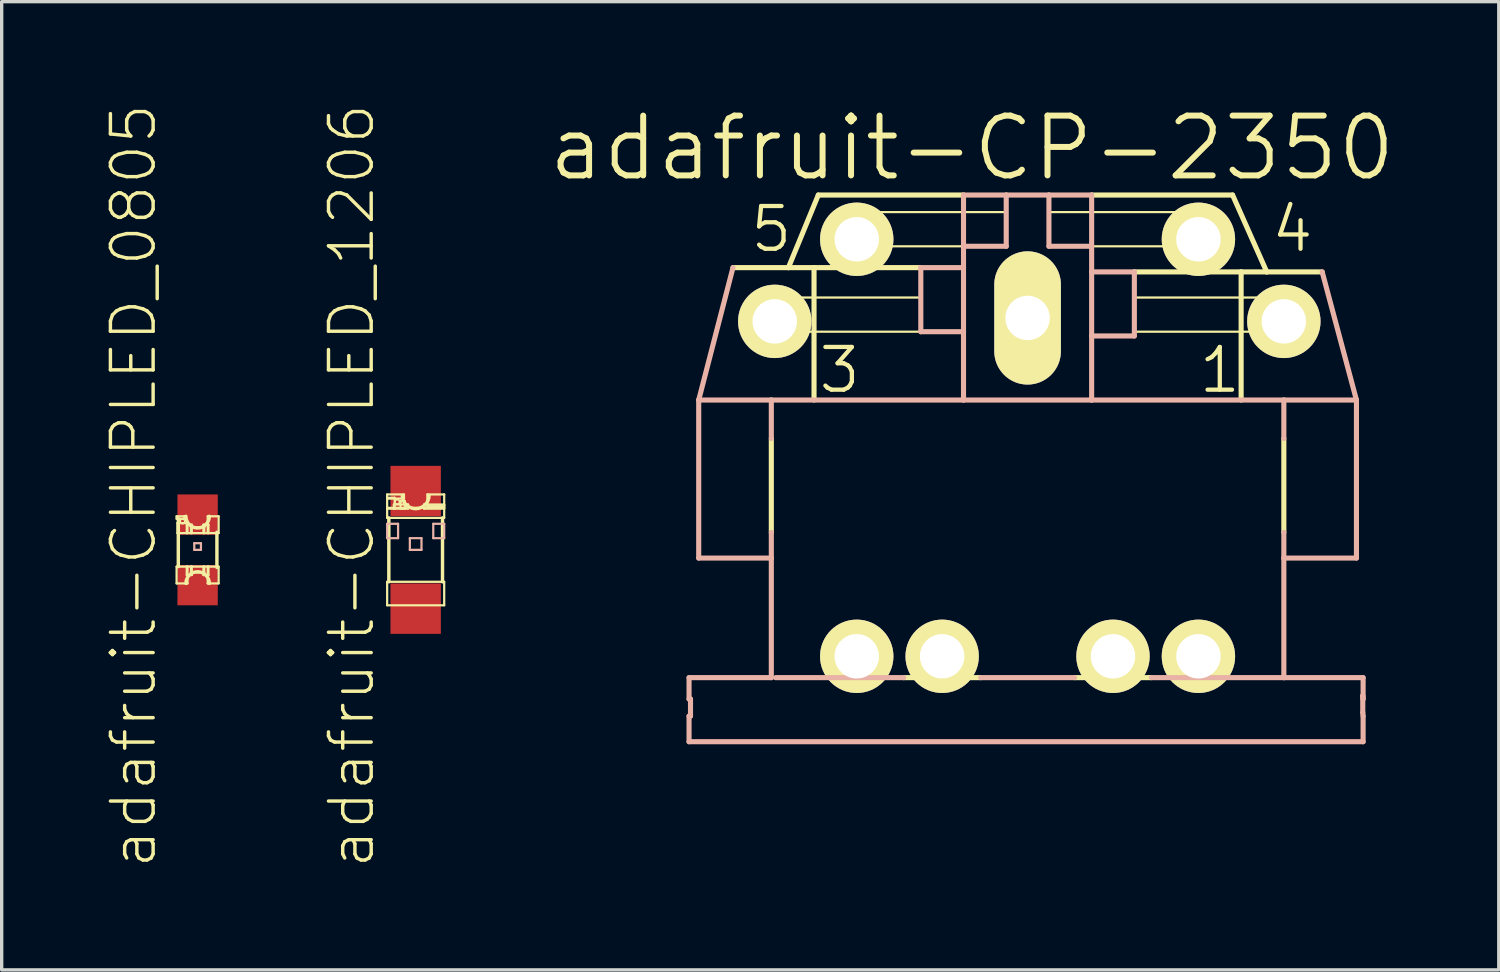
<source format=kicad_pcb>
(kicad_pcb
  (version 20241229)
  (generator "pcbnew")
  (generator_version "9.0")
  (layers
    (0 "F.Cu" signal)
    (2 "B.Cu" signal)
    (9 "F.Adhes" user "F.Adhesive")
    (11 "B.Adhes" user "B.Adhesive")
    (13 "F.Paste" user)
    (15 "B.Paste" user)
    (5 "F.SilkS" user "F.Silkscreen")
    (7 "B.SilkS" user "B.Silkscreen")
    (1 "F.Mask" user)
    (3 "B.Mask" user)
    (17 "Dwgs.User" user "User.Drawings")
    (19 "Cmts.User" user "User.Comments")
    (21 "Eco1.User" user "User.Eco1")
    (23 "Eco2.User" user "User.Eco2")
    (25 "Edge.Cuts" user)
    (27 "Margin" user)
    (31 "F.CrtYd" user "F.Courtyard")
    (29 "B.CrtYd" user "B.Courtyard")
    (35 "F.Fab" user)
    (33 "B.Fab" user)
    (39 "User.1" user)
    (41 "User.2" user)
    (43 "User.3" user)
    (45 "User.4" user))
  (footprint "adafruit-CHIPLED_0805"
    (layer "F.Cu")
    (at 2.826 13.3)
    (property "Reference" "adafruit-CHIPLED_0805" (at -1.905 -1.905 90) (layer "F.SilkS") (effects (font (size 1.27 1.27) (thickness 0.102))))
    (attr smd)
    (fp_line (start -0.625 -0.998) (end -0.399 -0.998) (stroke (width 0.066) (type solid)) (layer "F.SilkS"))
    (fp_line (start -0.625 -0.925) (end -0.625 -0.998) (stroke (width 0.066) (type solid)) (layer "F.SilkS"))
    (fp_line (start -0.625 -0.925) (end -0.399 -0.925) (stroke (width 0.066) (type solid)) (layer "F.SilkS"))
    (fp_line (start -0.625 0.498) (end -0.3 0.498) (stroke (width 0.066) (type solid)) (layer "F.SilkS"))
    (fp_line (start -0.625 0.998) (end -0.625 0.498) (stroke (width 0.066) (type solid)) (layer "F.SilkS"))
    (fp_line (start -0.625 0.998) (end -0.3 0.998) (stroke (width 0.066) (type solid)) (layer "F.SilkS"))
    (fp_line (start -0.599 -0.798) (end -0.3 -0.798) (stroke (width 0.066) (type solid)) (layer "F.SilkS"))
    (fp_line (start -0.599 -0.498) (end -0.599 -0.798) (stroke (width 0.066) (type solid)) (layer "F.SilkS"))
    (fp_line (start -0.599 -0.498) (end -0.3 -0.498) (stroke (width 0.066) (type solid)) (layer "F.SilkS"))
    (fp_line (start -0.574 0.498) (end -0.574 -0.925) (stroke (width 0.102) (type solid)) (layer "F.SilkS"))
    (fp_line (start -0.399 -0.925) (end -0.399 -0.998) (stroke (width 0.066) (type solid)) (layer "F.SilkS"))
    (fp_line (start -0.323 -0.749) (end -0.173 -0.749) (stroke (width 0.066) (type solid)) (layer "F.SilkS"))
    (fp_line (start -0.323 -0.498) (end -0.323 -0.749) (stroke (width 0.066) (type solid)) (layer "F.SilkS"))
    (fp_line (start -0.323 -0.498) (end -0.173 -0.498) (stroke (width 0.066) (type solid)) (layer "F.SilkS"))
    (fp_line (start -0.323 0.498) (end -0.173 0.498) (stroke (width 0.066) (type solid)) (layer "F.SilkS"))
    (fp_line (start -0.323 0.749) (end -0.323 0.498) (stroke (width 0.066) (type solid)) (layer "F.SilkS"))
    (fp_line (start -0.323 0.749) (end -0.173 0.749) (stroke (width 0.066) (type solid)) (layer "F.SilkS"))
    (fp_line (start -0.3 -0.498) (end -0.3 -0.798) (stroke (width 0.066) (type solid)) (layer "F.SilkS"))
    (fp_line (start -0.3 0.998) (end -0.3 0.498) (stroke (width 0.066) (type solid)) (layer "F.SilkS"))
    (fp_line (start -0.198 -0.673) (end 0.198 -0.673) (stroke (width 0.066) (type solid)) (layer "F.SilkS"))
    (fp_line (start -0.198 -0.498) (end -0.198 -0.673) (stroke (width 0.066) (type solid)) (layer "F.SilkS"))
    (fp_line (start -0.198 -0.498) (end 0.198 -0.498) (stroke (width 0.066) (type solid)) (layer "F.SilkS"))
    (fp_line (start -0.198 0.498) (end 0.198 0.498) (stroke (width 0.066) (type solid)) (layer "F.SilkS"))
    (fp_line (start -0.198 0.673) (end -0.198 0.498) (stroke (width 0.066) (type solid)) (layer "F.SilkS"))
    (fp_line (start -0.198 0.673) (end 0.198 0.673) (stroke (width 0.066) (type solid)) (layer "F.SilkS"))
    (fp_line (start -0.173 -0.498) (end -0.173 -0.749) (stroke (width 0.066) (type solid)) (layer "F.SilkS"))
    (fp_line (start -0.173 0.749) (end -0.173 0.498) (stroke (width 0.066) (type solid)) (layer "F.SilkS"))
    (fp_line (start 0.173 -0.749) (end 0.323 -0.749) (stroke (width 0.066) (type solid)) (layer "F.SilkS"))
    (fp_line (start 0.173 -0.498) (end 0.173 -0.749) (stroke (width 0.066) (type solid)) (layer "F.SilkS"))
    (fp_line (start 0.173 -0.498) (end 0.323 -0.498) (stroke (width 0.066) (type solid)) (layer "F.SilkS"))
    (fp_line (start 0.173 0.498) (end 0.323 0.498) (stroke (width 0.066) (type solid)) (layer "F.SilkS"))
    (fp_line (start 0.173 0.749) (end 0.173 0.498) (stroke (width 0.066) (type solid)) (layer "F.SilkS"))
    (fp_line (start 0.173 0.749) (end 0.323 0.749) (stroke (width 0.066) (type solid)) (layer "F.SilkS"))
    (fp_line (start 0.198 -0.498) (end 0.198 -0.673) (stroke (width 0.066) (type solid)) (layer "F.SilkS"))
    (fp_line (start 0.198 0.673) (end 0.198 0.498) (stroke (width 0.066) (type solid)) (layer "F.SilkS"))
    (fp_line (start 0.3 -0.998) (end 0.625 -0.998) (stroke (width 0.066) (type solid)) (layer "F.SilkS"))
    (fp_line (start 0.3 -0.498) (end 0.3 -0.998) (stroke (width 0.066) (type solid)) (layer "F.SilkS"))
    (fp_line (start 0.3 -0.498) (end 0.625 -0.498) (stroke (width 0.066) (type solid)) (layer "F.SilkS"))
    (fp_line (start 0.3 0.498) (end 0.625 0.498) (stroke (width 0.066) (type solid)) (layer "F.SilkS"))
    (fp_line (start 0.3 0.998) (end 0.3 0.498) (stroke (width 0.066) (type solid)) (layer "F.SilkS"))
    (fp_line (start 0.3 0.998) (end 0.625 0.998) (stroke (width 0.066) (type solid)) (layer "F.SilkS"))
    (fp_line (start 0.323 -0.498) (end 0.323 -0.749) (stroke (width 0.066) (type solid)) (layer "F.SilkS"))
    (fp_line (start 0.323 0.749) (end 0.323 0.498) (stroke (width 0.066) (type solid)) (layer "F.SilkS"))
    (fp_line (start 0.574 -0.523) (end 0.574 0.523) (stroke (width 0.102) (type solid)) (layer "F.SilkS"))
    (fp_line (start 0.625 -0.498) (end 0.625 -0.998) (stroke (width 0.066) (type solid)) (layer "F.SilkS"))
    (fp_line (start 0.625 0.998) (end 0.625 0.498) (stroke (width 0.066) (type solid)) (layer "F.SilkS"))
    (fp_arc (start -0.34798 0.99822) (mid 0 0.65024) (end 0.34798 0.99822) (stroke (width 0.1016) (type solid)) (layer "F.SilkS"))
    (fp_arc (start 0.34798 -0.99822) (mid 0 -0.65024) (end -0.34798 -0.99822) (stroke (width 0.1016) (type solid)) (layer "F.SilkS"))
    (fp_circle (center -0.45 -0.848) (end -0.5 -0.899) (stroke (width 0.051) (type solid)) (fill no) (layer "F.SilkS"))
    (fp_line (start -0.099 -0.198) (end 0.099 -0.198) (stroke (width 0.066) (type solid)) (layer "B.SilkS"))
    (fp_line (start -0.099 0) (end -0.099 -0.198) (stroke (width 0.066) (type solid)) (layer "B.SilkS"))
    (fp_line (start -0.099 0) (end 0.099 0) (stroke (width 0.066) (type solid)) (layer "B.SilkS"))
    (fp_line (start 0.099 0) (end 0.099 -0.198) (stroke (width 0.066) (type solid)) (layer "B.SilkS"))
    (pad "A" smd rect (at 0 1.049) (size 1.199 1.199) (layers "F.Cu" "F.Mask" "F.Paste"))
    (pad "C" smd rect (at 0 -1.049) (size 1.199 1.199) (layers "F.Cu" "F.Mask" "F.Paste")))
  (footprint "adafruit-CP-2350"
    (layer "F.Cu")
    (at 27.505 19.084)
    (property "Reference" "adafruit-CP-2350" (at -1.651 -17.732 0) (layer "F.SilkS") (effects (font (size 1.778 1.778) (thickness 0.178))))
    (attr exclude_from_pos_files exclude_from_bom)
    (fp_line (start -8.76 -14.176) (end -7.112 -14.176) (stroke (width 0.152) (type solid)) (layer "F.SilkS"))
    (fp_line (start -8.001 -13.287) (end -3.175 -13.287) (stroke (width 0.066) (type solid)) (layer "F.SilkS"))
    (fp_line (start -8.001 -12.271) (end -8.001 -13.287) (stroke (width 0.066) (type solid)) (layer "F.SilkS"))
    (fp_line (start -8.001 -12.271) (end -3.175 -12.271) (stroke (width 0.066) (type solid)) (layer "F.SilkS"))
    (fp_line (start -7.62 -9.096) (end -7.62 -6.302) (stroke (width 0.152) (type solid)) (layer "F.SilkS"))
    (fp_line (start -7.112 -14.176) (end -6.223 -16.335) (stroke (width 0.152) (type solid)) (layer "F.SilkS"))
    (fp_line (start -6.35 -14.176) (end -7.112 -14.176) (stroke (width 0.152) (type solid)) (layer "F.SilkS"))
    (fp_line (start -6.35 -14.176) (end -6.35 -10.239) (stroke (width 0.152) (type solid)) (layer "F.SilkS"))
    (fp_line (start -5.461 -15.827) (end -0.635 -15.827) (stroke (width 0.066) (type solid)) (layer "F.SilkS"))
    (fp_line (start -5.461 -14.811) (end -5.461 -15.827) (stroke (width 0.066) (type solid)) (layer "F.SilkS"))
    (fp_line (start -5.461 -14.811) (end -0.635 -14.811) (stroke (width 0.066) (type solid)) (layer "F.SilkS"))
    (fp_line (start -3.175 -14.176) (end -6.35 -14.176) (stroke (width 0.152) (type solid)) (layer "F.SilkS"))
    (fp_line (start -3.175 -12.271) (end -3.175 -13.287) (stroke (width 0.066) (type solid)) (layer "F.SilkS"))
    (fp_line (start -1.905 -16.335) (end -6.223 -16.335) (stroke (width 0.152) (type solid)) (layer "F.SilkS"))
    (fp_line (start -1.397 -1.984) (end -3.683 -1.984) (stroke (width 0.152) (type solid)) (layer "F.SilkS"))
    (fp_line (start -0.635 -14.811) (end -0.635 -15.827) (stroke (width 0.066) (type solid)) (layer "F.SilkS"))
    (fp_line (start 0.635 -15.827) (end 5.461 -15.827) (stroke (width 0.066) (type solid)) (layer "F.SilkS"))
    (fp_line (start 0.635 -14.811) (end 0.635 -15.827) (stroke (width 0.066) (type solid)) (layer "F.SilkS"))
    (fp_line (start 0.635 -14.811) (end 5.461 -14.811) (stroke (width 0.066) (type solid)) (layer "F.SilkS"))
    (fp_line (start 3.175 -13.287) (end 8.001 -13.287) (stroke (width 0.066) (type solid)) (layer "F.SilkS"))
    (fp_line (start 3.175 -12.271) (end 3.175 -13.287) (stroke (width 0.066) (type solid)) (layer "F.SilkS"))
    (fp_line (start 3.175 -12.271) (end 8.001 -12.271) (stroke (width 0.066) (type solid)) (layer "F.SilkS"))
    (fp_line (start 3.683 -1.984) (end 1.397 -1.984) (stroke (width 0.152) (type solid)) (layer "F.SilkS"))
    (fp_line (start 5.461 -14.811) (end 5.461 -15.827) (stroke (width 0.066) (type solid)) (layer "F.SilkS"))
    (fp_line (start 6.096 -16.335) (end 1.905 -16.335) (stroke (width 0.152) (type solid)) (layer "F.SilkS"))
    (fp_line (start 6.096 -16.335) (end 7.112 -14.049) (stroke (width 0.152) (type solid)) (layer "F.SilkS"))
    (fp_line (start 6.35 -14.049) (end 3.175 -14.049) (stroke (width 0.152) (type solid)) (layer "F.SilkS"))
    (fp_line (start 6.35 -14.049) (end 6.35 -10.239) (stroke (width 0.152) (type solid)) (layer "F.SilkS"))
    (fp_line (start 7.112 -14.049) (end 6.35 -14.049) (stroke (width 0.152) (type solid)) (layer "F.SilkS"))
    (fp_line (start 7.62 -9.096) (end 7.62 -6.302) (stroke (width 0.152) (type solid)) (layer "F.SilkS"))
    (fp_line (start 8.001 -12.271) (end 8.001 -13.287) (stroke (width 0.066) (type solid)) (layer "F.SilkS"))
    (fp_line (start 8.76 -14.049) (end 7.112 -14.049) (stroke (width 0.152) (type solid)) (layer "F.SilkS"))
    (fp_line (start -10.066 -1.349) (end -10.066 -1.984) (stroke (width 0.152) (type solid)) (layer "B.SilkS"))
    (fp_line (start -10.066 -1.349) (end -10.023 -1.349) (stroke (width 0.152) (type solid)) (layer "B.SilkS"))
    (fp_line (start -10.066 -0.079) (end -10.066 -0.841) (stroke (width 0.152) (type solid)) (layer "B.SilkS"))
    (fp_line (start -10.066 -0.079) (end 9.977 -0.079) (stroke (width 0.152) (type solid)) (layer "B.SilkS"))
    (fp_line (start -10.023 -0.841) (end -10.066 -0.841) (stroke (width 0.152) (type solid)) (layer "B.SilkS"))
    (fp_line (start -10.023 -0.841) (end -10.023 -1.349) (stroke (width 0.152) (type solid)) (layer "B.SilkS"))
    (fp_line (start -9.779 -5.54) (end -9.779 -10.239) (stroke (width 0.152) (type solid)) (layer "B.SilkS"))
    (fp_line (start -9.779 -5.54) (end -7.62 -5.54) (stroke (width 0.152) (type solid)) (layer "B.SilkS"))
    (fp_line (start -8.76 -14.176) (end -9.779 -10.239) (stroke (width 0.152) (type solid)) (layer "B.SilkS"))
    (fp_line (start -7.62 -10.239) (end -9.779 -10.239) (stroke (width 0.152) (type solid)) (layer "B.SilkS"))
    (fp_line (start -7.62 -10.239) (end -7.62 -9.096) (stroke (width 0.152) (type solid)) (layer "B.SilkS"))
    (fp_line (start -7.62 -5.54) (end -7.62 -6.302) (stroke (width 0.152) (type solid)) (layer "B.SilkS"))
    (fp_line (start -7.62 -1.984) (end -10.066 -1.984) (stroke (width 0.152) (type solid)) (layer "B.SilkS"))
    (fp_line (start -7.62 -1.984) (end -7.62 -5.54) (stroke (width 0.152) (type solid)) (layer "B.SilkS"))
    (fp_line (start -7.493 -1.984) (end -3.683 -1.984) (stroke (width 0.152) (type solid)) (layer "B.SilkS"))
    (fp_line (start -3.175 -14.176) (end -3.175 -12.271) (stroke (width 0.152) (type solid)) (layer "B.SilkS"))
    (fp_line (start -1.905 -16.335) (end -1.905 -14.811) (stroke (width 0.152) (type solid)) (layer "B.SilkS"))
    (fp_line (start -1.905 -14.811) (end -1.905 -14.176) (stroke (width 0.152) (type solid)) (layer "B.SilkS"))
    (fp_line (start -1.905 -14.811) (end -0.635 -14.811) (stroke (width 0.152) (type solid)) (layer "B.SilkS"))
    (fp_line (start -1.905 -14.176) (end -3.175 -14.176) (stroke (width 0.152) (type solid)) (layer "B.SilkS"))
    (fp_line (start -1.905 -14.176) (end -1.905 -12.271) (stroke (width 0.152) (type solid)) (layer "B.SilkS"))
    (fp_line (start -1.905 -12.271) (end -3.175 -12.271) (stroke (width 0.152) (type solid)) (layer "B.SilkS"))
    (fp_line (start -1.905 -12.271) (end -1.905 -10.239) (stroke (width 0.152) (type solid)) (layer "B.SilkS"))
    (fp_line (start -1.905 -10.239) (end -7.62 -10.239) (stroke (width 0.152) (type solid)) (layer "B.SilkS"))
    (fp_line (start -1.397 -1.984) (end 1.397 -1.984) (stroke (width 0.152) (type solid)) (layer "B.SilkS"))
    (fp_line (start -0.635 -16.335) (end -1.905 -16.335) (stroke (width 0.152) (type solid)) (layer "B.SilkS"))
    (fp_line (start -0.635 -16.335) (end -0.635 -14.811) (stroke (width 0.152) (type solid)) (layer "B.SilkS"))
    (fp_line (start 0.635 -16.335) (end -0.635 -16.335) (stroke (width 0.152) (type solid)) (layer "B.SilkS"))
    (fp_line (start 0.635 -16.335) (end 0.635 -14.811) (stroke (width 0.152) (type solid)) (layer "B.SilkS"))
    (fp_line (start 1.905 -16.335) (end 0.635 -16.335) (stroke (width 0.152) (type solid)) (layer "B.SilkS"))
    (fp_line (start 1.905 -16.335) (end 1.905 -14.811) (stroke (width 0.152) (type solid)) (layer "B.SilkS"))
    (fp_line (start 1.905 -14.811) (end 0.635 -14.811) (stroke (width 0.152) (type solid)) (layer "B.SilkS"))
    (fp_line (start 1.905 -14.811) (end 1.905 -14.049) (stroke (width 0.152) (type solid)) (layer "B.SilkS"))
    (fp_line (start 1.905 -14.049) (end 1.905 -12.144) (stroke (width 0.152) (type solid)) (layer "B.SilkS"))
    (fp_line (start 1.905 -12.144) (end 1.905 -10.239) (stroke (width 0.152) (type solid)) (layer "B.SilkS"))
    (fp_line (start 1.905 -12.144) (end 3.175 -12.144) (stroke (width 0.152) (type solid)) (layer "B.SilkS"))
    (fp_line (start 1.905 -10.239) (end -1.905 -10.239) (stroke (width 0.152) (type solid)) (layer "B.SilkS"))
    (fp_line (start 3.175 -14.049) (end 1.905 -14.049) (stroke (width 0.152) (type solid)) (layer "B.SilkS"))
    (fp_line (start 3.175 -14.049) (end 3.175 -12.144) (stroke (width 0.152) (type solid)) (layer "B.SilkS"))
    (fp_line (start 3.683 -1.984) (end 7.62 -1.984) (stroke (width 0.152) (type solid)) (layer "B.SilkS"))
    (fp_line (start 7.62 -10.239) (end 1.905 -10.239) (stroke (width 0.152) (type solid)) (layer "B.SilkS"))
    (fp_line (start 7.62 -10.239) (end 7.62 -9.096) (stroke (width 0.152) (type solid)) (layer "B.SilkS"))
    (fp_line (start 7.62 -5.54) (end 7.62 -6.302) (stroke (width 0.152) (type solid)) (layer "B.SilkS"))
    (fp_line (start 7.62 -1.984) (end 7.62 -5.54) (stroke (width 0.152) (type solid)) (layer "B.SilkS"))
    (fp_line (start 8.76 -14.049) (end 9.779 -10.239) (stroke (width 0.152) (type solid)) (layer "B.SilkS"))
    (fp_line (start 9.779 -10.239) (end 7.62 -10.239) (stroke (width 0.152) (type solid)) (layer "B.SilkS"))
    (fp_line (start 9.779 -5.54) (end 7.62 -5.54) (stroke (width 0.152) (type solid)) (layer "B.SilkS"))
    (fp_line (start 9.779 -5.54) (end 9.779 -10.239) (stroke (width 0.152) (type solid)) (layer "B.SilkS"))
    (fp_line (start 9.967 -1.448) (end 9.977 -1.349) (stroke (width 0.152) (type solid)) (layer "B.SilkS"))
    (fp_line (start 9.967 -0.94) (end 9.967 -1.448) (stroke (width 0.152) (type solid)) (layer "B.SilkS"))
    (fp_line (start 9.967 -0.94) (end 9.977 -0.841) (stroke (width 0.152) (type solid)) (layer "B.SilkS"))
    (fp_line (start 9.977 -1.984) (end 7.62 -1.984) (stroke (width 0.152) (type solid)) (layer "B.SilkS"))
    (fp_line (start 9.977 -1.984) (end 9.977 -1.349) (stroke (width 0.152) (type solid)) (layer "B.SilkS"))
    (fp_line (start 9.977 -0.079) (end 9.977 -0.841) (stroke (width 0.152) (type solid)) (layer "B.SilkS"))
    (fp_text user "3" (at -5.588 -11.128 0) (layer "F.SilkS") (effects (font (size 1.27 1.27) (thickness 0.127))))
    (fp_text user "1" (at 5.715 -11.128 0) (layer "F.SilkS") (effects (font (size 1.27 1.27) (thickness 0.127))))
    (fp_text user "5" (at -7.62 -15.319 0) (layer "F.SilkS") (effects (font (size 1.27 1.27) (thickness 0.127))))
    (fp_text user "4" (at 7.874 -15.319 0) (layer "F.SilkS") (effects (font (size 1.27 1.27) (thickness 0.127))))
    (pad "1" thru_hole circle (at 7.62 -12.578) (size 2.182 2.182) (drill 1.321) (layers "*.Cu" "F.Mask" "F.SilkS" "F.Paste"))
    (pad "2" thru_hole oval (at 0 -12.68 180) (size 1.981 3.962) (drill 1.321) (layers "*.Cu" "F.Mask" "F.SilkS" "F.Paste"))
    (pad "3" thru_hole circle (at -7.518 -12.578 180) (size 2.182 2.182) (drill 1.321) (layers "*.Cu" "F.Mask" "F.SilkS" "F.Paste"))
    (pad "4" thru_hole circle (at 5.08 -15.019 180) (size 2.182 2.182) (drill 1.321) (layers "*.Cu" "F.Mask" "F.SilkS" "F.Paste"))
    (pad "5" thru_hole circle (at -5.08 -15.019 180) (size 2.182 2.182) (drill 1.321) (layers "*.Cu" "F.Mask" "F.SilkS" "F.Paste"))
    (pad "PE" thru_hole circle (at -2.54 -2.619 180) (size 2.182 2.182) (drill 1.321) (layers "*.Cu" "F.Mask" "F.SilkS" "F.Paste"))
    (pad "PE1" thru_hole circle (at -5.08 -2.619 180) (size 2.182 2.182) (drill 1.321) (layers "*.Cu" "F.Mask" "F.SilkS" "F.Paste"))
    (pad "PE2" thru_hole circle (at 5.08 -2.619 180) (size 2.182 2.182) (drill 1.321) (layers "*.Cu" "F.Mask" "F.SilkS" "F.Paste"))
    (pad "PE@" thru_hole circle (at 2.54 -2.619 180) (size 2.182 2.182) (drill 1.321) (layers "*.Cu" "F.Mask" "F.SilkS" "F.Paste")))
  (footprint "adafruit-CHIPLED_1206"
    (layer "F.Cu")
    (at 9.31 13.3)
    (property "Reference" "adafruit-CHIPLED_1206" (at -1.905 -1.905 90) (layer "F.SilkS") (effects (font (size 1.27 1.27) (thickness 0.102))))
    (attr smd)
    (fp_line (start -0.848 -1.648) (end -0.348 -1.648) (stroke (width 0.066) (type solid)) (layer "F.SilkS"))
    (fp_line (start -0.848 -1.549) (end -0.625 -1.549) (stroke (width 0.066) (type solid)) (layer "F.SilkS"))
    (fp_line (start -0.848 -1.524) (end -0.848 -1.648) (stroke (width 0.066) (type solid)) (layer "F.SilkS"))
    (fp_line (start -0.848 -1.524) (end -0.348 -1.524) (stroke (width 0.066) (type solid)) (layer "F.SilkS"))
    (fp_line (start -0.848 -1.25) (end 0.848 -1.25) (stroke (width 0.066) (type solid)) (layer "F.SilkS"))
    (fp_line (start -0.848 -1.224) (end -0.848 -1.549) (stroke (width 0.066) (type solid)) (layer "F.SilkS"))
    (fp_line (start -0.848 -1.224) (end -0.625 -1.224) (stroke (width 0.066) (type solid)) (layer "F.SilkS"))
    (fp_line (start -0.848 -0.95) (end -0.848 -1.25) (stroke (width 0.066) (type solid)) (layer "F.SilkS"))
    (fp_line (start -0.848 -0.95) (end 0.848 -0.95) (stroke (width 0.066) (type solid)) (layer "F.SilkS"))
    (fp_line (start -0.848 0.95) (end 0.848 0.95) (stroke (width 0.066) (type solid)) (layer "F.SilkS"))
    (fp_line (start -0.848 1.648) (end -0.848 0.95) (stroke (width 0.066) (type solid)) (layer "F.SilkS"))
    (fp_line (start -0.848 1.648) (end 0.848 1.648) (stroke (width 0.066) (type solid)) (layer "F.SilkS"))
    (fp_line (start -0.798 0.95) (end -0.798 -0.95) (stroke (width 0.102) (type solid)) (layer "F.SilkS"))
    (fp_line (start -0.648 -1.349) (end -0.224 -1.349) (stroke (width 0.066) (type solid)) (layer "F.SilkS"))
    (fp_line (start -0.648 -1.224) (end -0.648 -1.349) (stroke (width 0.066) (type solid)) (layer "F.SilkS"))
    (fp_line (start -0.648 -1.224) (end -0.224 -1.224) (stroke (width 0.066) (type solid)) (layer "F.SilkS"))
    (fp_line (start -0.625 -1.224) (end -0.625 -1.549) (stroke (width 0.066) (type solid)) (layer "F.SilkS"))
    (fp_line (start -0.45 -1.448) (end -0.323 -1.448) (stroke (width 0.066) (type solid)) (layer "F.SilkS"))
    (fp_line (start -0.45 -1.224) (end -0.45 -1.448) (stroke (width 0.066) (type solid)) (layer "F.SilkS"))
    (fp_line (start -0.45 -1.224) (end -0.323 -1.224) (stroke (width 0.066) (type solid)) (layer "F.SilkS"))
    (fp_line (start -0.348 -1.524) (end -0.348 -1.648) (stroke (width 0.066) (type solid)) (layer "F.SilkS"))
    (fp_line (start -0.323 -1.224) (end -0.323 -1.448) (stroke (width 0.066) (type solid)) (layer "F.SilkS"))
    (fp_line (start -0.224 -1.224) (end -0.224 -1.349) (stroke (width 0.066) (type solid)) (layer "F.SilkS"))
    (fp_line (start 0.249 -1.349) (end 0.848 -1.349) (stroke (width 0.066) (type solid)) (layer "F.SilkS"))
    (fp_line (start 0.249 -1.224) (end 0.249 -1.349) (stroke (width 0.066) (type solid)) (layer "F.SilkS"))
    (fp_line (start 0.249 -1.224) (end 0.848 -1.224) (stroke (width 0.066) (type solid)) (layer "F.SilkS"))
    (fp_line (start 0.348 -1.648) (end 0.848 -1.648) (stroke (width 0.066) (type solid)) (layer "F.SilkS"))
    (fp_line (start 0.348 -1.298) (end 0.348 -1.648) (stroke (width 0.066) (type solid)) (layer "F.SilkS"))
    (fp_line (start 0.348 -1.298) (end 0.848 -1.298) (stroke (width 0.066) (type solid)) (layer "F.SilkS"))
    (fp_line (start 0.798 -0.95) (end 0.798 0.95) (stroke (width 0.102) (type solid)) (layer "F.SilkS"))
    (fp_line (start 0.848 -1.298) (end 0.848 -1.648) (stroke (width 0.066) (type solid)) (layer "F.SilkS"))
    (fp_line (start 0.848 -1.224) (end 0.848 -1.349) (stroke (width 0.066) (type solid)) (layer "F.SilkS"))
    (fp_line (start 0.848 -0.95) (end 0.848 -1.25) (stroke (width 0.066) (type solid)) (layer "F.SilkS"))
    (fp_line (start 0.848 1.648) (end 0.848 0.95) (stroke (width 0.066) (type solid)) (layer "F.SilkS"))
    (fp_arc (start 0.39878 -1.62306) (mid 0 -1.22428) (end -0.39878 -1.62306) (stroke (width 0.1016) (type solid)) (layer "F.SilkS"))
    (fp_circle (center -0.549 -1.425) (end -0.597 -1.473) (stroke (width 0.051) (type solid)) (fill no) (layer "F.SilkS"))
    (fp_line (start -0.848 -0.775) (end -0.523 -0.775) (stroke (width 0.066) (type solid)) (layer "B.SilkS"))
    (fp_line (start -0.848 -0.348) (end -0.848 -0.775) (stroke (width 0.066) (type solid)) (layer "B.SilkS"))
    (fp_line (start -0.848 -0.348) (end -0.523 -0.348) (stroke (width 0.066) (type solid)) (layer "B.SilkS"))
    (fp_line (start -0.523 -0.348) (end -0.523 -0.775) (stroke (width 0.066) (type solid)) (layer "B.SilkS"))
    (fp_line (start -0.173 -0.348) (end 0.173 -0.348) (stroke (width 0.066) (type solid)) (layer "B.SilkS"))
    (fp_line (start -0.173 0) (end -0.173 -0.348) (stroke (width 0.066) (type solid)) (layer "B.SilkS"))
    (fp_line (start -0.173 0) (end 0.173 0) (stroke (width 0.066) (type solid)) (layer "B.SilkS"))
    (fp_line (start 0.173 0) (end 0.173 -0.348) (stroke (width 0.066) (type solid)) (layer "B.SilkS"))
    (fp_line (start 0.523 -0.775) (end 0.848 -0.775) (stroke (width 0.066) (type solid)) (layer "B.SilkS"))
    (fp_line (start 0.523 -0.348) (end 0.523 -0.775) (stroke (width 0.066) (type solid)) (layer "B.SilkS"))
    (fp_line (start 0.523 -0.348) (end 0.848 -0.348) (stroke (width 0.066) (type solid)) (layer "B.SilkS"))
    (fp_line (start 0.848 -0.348) (end 0.848 -0.775) (stroke (width 0.066) (type solid)) (layer "B.SilkS"))
    (pad "A" smd rect (at 0 1.748) (size 1.499 1.499) (layers "F.Cu" "F.Mask" "F.Paste"))
    (pad "C" smd rect (at 0 -1.748) (size 1.499 1.499) (layers "F.Cu" "F.Mask" "F.Paste")))
  (gr_rect
    (start -3 -3)
    (end 41.516 25.79)
    (stroke (width 0.1) (type default))
    (fill no)
    (layer "Edge.Cuts")))
</source>
